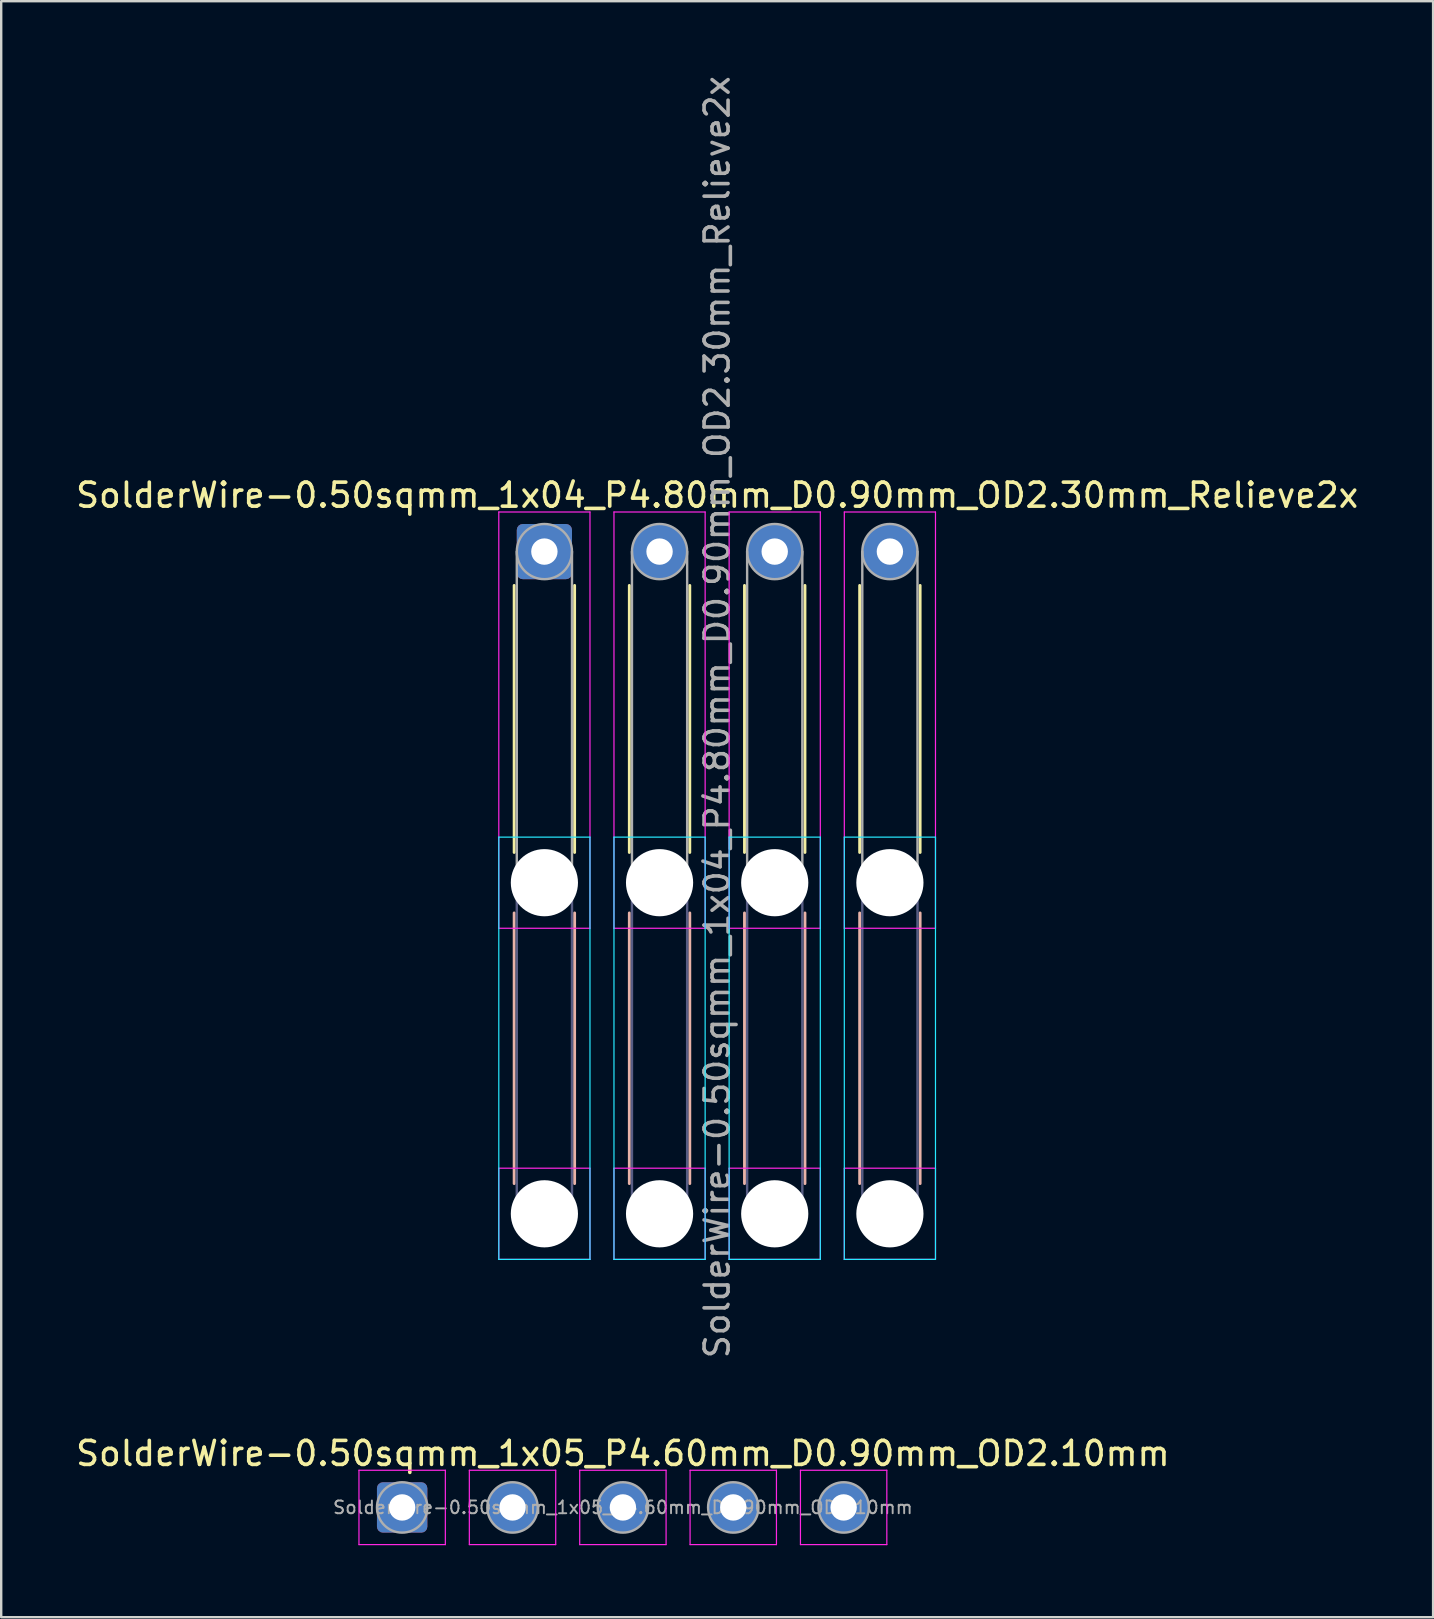
<source format=kicad_pcb>
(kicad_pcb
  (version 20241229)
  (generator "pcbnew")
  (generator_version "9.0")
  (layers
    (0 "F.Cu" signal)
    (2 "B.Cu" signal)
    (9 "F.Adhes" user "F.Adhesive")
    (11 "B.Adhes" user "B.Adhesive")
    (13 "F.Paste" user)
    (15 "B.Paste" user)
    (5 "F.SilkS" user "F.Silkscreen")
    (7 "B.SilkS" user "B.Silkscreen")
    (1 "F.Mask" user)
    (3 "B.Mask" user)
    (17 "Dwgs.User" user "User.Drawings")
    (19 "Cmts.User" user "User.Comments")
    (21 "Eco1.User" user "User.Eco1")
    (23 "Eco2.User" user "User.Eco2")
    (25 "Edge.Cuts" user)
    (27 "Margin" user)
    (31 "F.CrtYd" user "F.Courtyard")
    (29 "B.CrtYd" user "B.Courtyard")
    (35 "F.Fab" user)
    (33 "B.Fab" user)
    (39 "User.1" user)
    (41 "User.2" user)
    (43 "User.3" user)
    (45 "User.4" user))
  (footprint "SolderWire-0.50sqmm_1x05_P4.60mm_D0.90mm_OD2.10mm"
    (layer "F.Cu")
    (at 13.711 59.777)
    (property "Reference" "SolderWire-0.50sqmm_1x05_P4.60mm_D0.90mm_OD2.10mm" (at 9.2 -2.25 0) (layer "F.SilkS") (effects (font (size 1 1) (thickness 0.15))))
    (attr exclude_from_pos_files exclude_from_bom)
    (fp_line (start -1.8 -1.55) (end -1.8 1.55) (stroke (width 0.05) (type solid)) (layer "F.CrtYd"))
    (fp_line (start -1.8 1.55) (end 1.8 1.55) (stroke (width 0.05) (type solid)) (layer "F.CrtYd"))
    (fp_line (start 1.8 -1.55) (end -1.8 -1.55) (stroke (width 0.05) (type solid)) (layer "F.CrtYd"))
    (fp_line (start 1.8 1.55) (end 1.8 -1.55) (stroke (width 0.05) (type solid)) (layer "F.CrtYd"))
    (fp_line (start 2.8 -1.55) (end 2.8 1.55) (stroke (width 0.05) (type solid)) (layer "F.CrtYd"))
    (fp_line (start 2.8 1.55) (end 6.4 1.55) (stroke (width 0.05) (type solid)) (layer "F.CrtYd"))
    (fp_line (start 6.4 -1.55) (end 2.8 -1.55) (stroke (width 0.05) (type solid)) (layer "F.CrtYd"))
    (fp_line (start 6.4 1.55) (end 6.4 -1.55) (stroke (width 0.05) (type solid)) (layer "F.CrtYd"))
    (fp_line (start 7.4 -1.55) (end 7.4 1.55) (stroke (width 0.05) (type solid)) (layer "F.CrtYd"))
    (fp_line (start 7.4 1.55) (end 11 1.55) (stroke (width 0.05) (type solid)) (layer "F.CrtYd"))
    (fp_line (start 11 -1.55) (end 7.4 -1.55) (stroke (width 0.05) (type solid)) (layer "F.CrtYd"))
    (fp_line (start 11 1.55) (end 11 -1.55) (stroke (width 0.05) (type solid)) (layer "F.CrtYd"))
    (fp_line (start 12 -1.55) (end 12 1.55) (stroke (width 0.05) (type solid)) (layer "F.CrtYd"))
    (fp_line (start 12 1.55) (end 15.6 1.55) (stroke (width 0.05) (type solid)) (layer "F.CrtYd"))
    (fp_line (start 15.6 -1.55) (end 12 -1.55) (stroke (width 0.05) (type solid)) (layer "F.CrtYd"))
    (fp_line (start 15.6 1.55) (end 15.6 -1.55) (stroke (width 0.05) (type solid)) (layer "F.CrtYd"))
    (fp_line (start 16.6 -1.55) (end 16.6 1.55) (stroke (width 0.05) (type solid)) (layer "F.CrtYd"))
    (fp_line (start 16.6 1.55) (end 20.2 1.55) (stroke (width 0.05) (type solid)) (layer "F.CrtYd"))
    (fp_line (start 20.2 -1.55) (end 16.6 -1.55) (stroke (width 0.05) (type solid)) (layer "F.CrtYd"))
    (fp_line (start 20.2 1.55) (end 20.2 -1.55) (stroke (width 0.05) (type solid)) (layer "F.CrtYd"))
    (fp_circle (center 0 0) (end 1.05 0) (stroke (width 0.1) (type solid)) (fill no) (layer "F.Fab"))
    (fp_circle (center 4.6 0) (end 5.65 0) (stroke (width 0.1) (type solid)) (fill no) (layer "F.Fab"))
    (fp_circle (center 9.2 0) (end 10.25 0) (stroke (width 0.1) (type solid)) (fill no) (layer "F.Fab"))
    (fp_circle (center 13.8 0) (end 14.85 0) (stroke (width 0.1) (type solid)) (fill no) (layer "F.Fab"))
    (fp_circle (center 18.4 0) (end 19.45 0) (stroke (width 0.1) (type solid)) (fill no) (layer "F.Fab"))
    (fp_text user "${REFERENCE}" (at 9.2 0 0) (layer "F.Fab") (effects (font (size 0.53 0.53) (thickness 0.08))))
    (pad "1" thru_hole roundrect (at 0 0) (size 2.1 2.1) (drill 1.1) (layers "*.Cu" "*.Mask") (roundrect_rratio 0.119))
    (pad "2" thru_hole circle (at 4.6 0) (size 2.1 2.1) (drill 1.1) (layers "*.Cu" "*.Mask"))
    (pad "3" thru_hole circle (at 9.2 0) (size 2.1 2.1) (drill 1.1) (layers "*.Cu" "*.Mask"))
    (pad "4" thru_hole circle (at 13.8 0) (size 2.1 2.1) (drill 1.1) (layers "*.Cu" "*.Mask"))
    (pad "5" thru_hole circle (at 18.4 0) (size 2.1 2.1) (drill 1.1) (layers "*.Cu" "*.Mask")))
  (footprint "SolderWire-0.50sqmm_1x04_P4.80mm_D0.90mm_OD2.30mm_Relieve2x"
    (layer "F.Cu")
    (at 19.639 19.939)
    (property "Reference" "SolderWire-0.50sqmm_1x04_P4.80mm_D0.90mm_OD2.30mm_Relieve2x" (at 7.2 -2.35 0) (layer "F.SilkS") (effects (font (size 1 1) (thickness 0.15))))
    (attr exclude_from_pos_files exclude_from_bom)
    (fp_line (start -1.26 1.41) (end -1.26 12.54) (stroke (width 0.12) (type solid)) (layer "F.SilkS"))
    (fp_line (start 1.26 1.41) (end 1.26 12.54) (stroke (width 0.12) (type solid)) (layer "F.SilkS"))
    (fp_line (start 3.54 1.41) (end 3.54 12.54) (stroke (width 0.12) (type solid)) (layer "F.SilkS"))
    (fp_line (start 6.06 1.41) (end 6.06 12.54) (stroke (width 0.12) (type solid)) (layer "F.SilkS"))
    (fp_line (start 8.34 1.41) (end 8.34 12.54) (stroke (width 0.12) (type solid)) (layer "F.SilkS"))
    (fp_line (start 10.86 1.41) (end 10.86 12.54) (stroke (width 0.12) (type solid)) (layer "F.SilkS"))
    (fp_line (start 13.14 1.41) (end 13.14 12.54) (stroke (width 0.12) (type solid)) (layer "F.SilkS"))
    (fp_line (start 15.66 1.41) (end 15.66 12.54) (stroke (width 0.12) (type solid)) (layer "F.SilkS"))
    (fp_line (start -1.26 15.06) (end -1.26 26.34) (stroke (width 0.12) (type solid)) (layer "B.SilkS"))
    (fp_line (start 1.26 15.06) (end 1.26 26.34) (stroke (width 0.12) (type solid)) (layer "B.SilkS"))
    (fp_line (start 3.54 15.06) (end 3.54 26.34) (stroke (width 0.12) (type solid)) (layer "B.SilkS"))
    (fp_line (start 6.06 15.06) (end 6.06 26.34) (stroke (width 0.12) (type solid)) (layer "B.SilkS"))
    (fp_line (start 8.34 15.06) (end 8.34 26.34) (stroke (width 0.12) (type solid)) (layer "B.SilkS"))
    (fp_line (start 10.86 15.06) (end 10.86 26.34) (stroke (width 0.12) (type solid)) (layer "B.SilkS"))
    (fp_line (start 13.14 15.06) (end 13.14 26.34) (stroke (width 0.12) (type solid)) (layer "B.SilkS"))
    (fp_line (start 15.66 15.06) (end 15.66 26.34) (stroke (width 0.12) (type solid)) (layer "B.SilkS"))
    (fp_line (start -1.9 11.9) (end -1.9 29.5) (stroke (width 0.05) (type solid)) (layer "B.CrtYd"))
    (fp_line (start -1.9 29.5) (end 1.9 29.5) (stroke (width 0.05) (type solid)) (layer "B.CrtYd"))
    (fp_line (start 1.9 11.9) (end -1.9 11.9) (stroke (width 0.05) (type solid)) (layer "B.CrtYd"))
    (fp_line (start 1.9 29.5) (end 1.9 11.9) (stroke (width 0.05) (type solid)) (layer "B.CrtYd"))
    (fp_line (start 2.9 11.9) (end 2.9 29.5) (stroke (width 0.05) (type solid)) (layer "B.CrtYd"))
    (fp_line (start 2.9 29.5) (end 6.7 29.5) (stroke (width 0.05) (type solid)) (layer "B.CrtYd"))
    (fp_line (start 6.7 11.9) (end 2.9 11.9) (stroke (width 0.05) (type solid)) (layer "B.CrtYd"))
    (fp_line (start 6.7 29.5) (end 6.7 11.9) (stroke (width 0.05) (type solid)) (layer "B.CrtYd"))
    (fp_line (start 7.7 11.9) (end 7.7 29.5) (stroke (width 0.05) (type solid)) (layer "B.CrtYd"))
    (fp_line (start 7.7 29.5) (end 11.5 29.5) (stroke (width 0.05) (type solid)) (layer "B.CrtYd"))
    (fp_line (start 11.5 11.9) (end 7.7 11.9) (stroke (width 0.05) (type solid)) (layer "B.CrtYd"))
    (fp_line (start 11.5 29.5) (end 11.5 11.9) (stroke (width 0.05) (type solid)) (layer "B.CrtYd"))
    (fp_line (start 12.5 11.9) (end 12.5 29.5) (stroke (width 0.05) (type solid)) (layer "B.CrtYd"))
    (fp_line (start 12.5 29.5) (end 16.3 29.5) (stroke (width 0.05) (type solid)) (layer "B.CrtYd"))
    (fp_line (start 16.3 11.9) (end 12.5 11.9) (stroke (width 0.05) (type solid)) (layer "B.CrtYd"))
    (fp_line (start 16.3 29.5) (end 16.3 11.9) (stroke (width 0.05) (type solid)) (layer "B.CrtYd"))
    (fp_line (start -1.9 -1.65) (end -1.9 15.7) (stroke (width 0.05) (type solid)) (layer "F.CrtYd"))
    (fp_line (start -1.9 15.7) (end 1.9 15.7) (stroke (width 0.05) (type solid)) (layer "F.CrtYd"))
    (fp_line (start -1.9 25.7) (end -1.9 29.5) (stroke (width 0.05) (type solid)) (layer "F.CrtYd"))
    (fp_line (start -1.9 29.5) (end 1.9 29.5) (stroke (width 0.05) (type solid)) (layer "F.CrtYd"))
    (fp_line (start 1.9 -1.65) (end -1.9 -1.65) (stroke (width 0.05) (type solid)) (layer "F.CrtYd"))
    (fp_line (start 1.9 15.7) (end 1.9 -1.65) (stroke (width 0.05) (type solid)) (layer "F.CrtYd"))
    (fp_line (start 1.9 25.7) (end -1.9 25.7) (stroke (width 0.05) (type solid)) (layer "F.CrtYd"))
    (fp_line (start 1.9 29.5) (end 1.9 25.7) (stroke (width 0.05) (type solid)) (layer "F.CrtYd"))
    (fp_line (start 2.9 -1.65) (end 2.9 15.7) (stroke (width 0.05) (type solid)) (layer "F.CrtYd"))
    (fp_line (start 2.9 15.7) (end 6.7 15.7) (stroke (width 0.05) (type solid)) (layer "F.CrtYd"))
    (fp_line (start 2.9 25.7) (end 2.9 29.5) (stroke (width 0.05) (type solid)) (layer "F.CrtYd"))
    (fp_line (start 2.9 29.5) (end 6.7 29.5) (stroke (width 0.05) (type solid)) (layer "F.CrtYd"))
    (fp_line (start 6.7 -1.65) (end 2.9 -1.65) (stroke (width 0.05) (type solid)) (layer "F.CrtYd"))
    (fp_line (start 6.7 15.7) (end 6.7 -1.65) (stroke (width 0.05) (type solid)) (layer "F.CrtYd"))
    (fp_line (start 6.7 25.7) (end 2.9 25.7) (stroke (width 0.05) (type solid)) (layer "F.CrtYd"))
    (fp_line (start 6.7 29.5) (end 6.7 25.7) (stroke (width 0.05) (type solid)) (layer "F.CrtYd"))
    (fp_line (start 7.7 -1.65) (end 7.7 15.7) (stroke (width 0.05) (type solid)) (layer "F.CrtYd"))
    (fp_line (start 7.7 15.7) (end 11.5 15.7) (stroke (width 0.05) (type solid)) (layer "F.CrtYd"))
    (fp_line (start 7.7 25.7) (end 7.7 29.5) (stroke (width 0.05) (type solid)) (layer "F.CrtYd"))
    (fp_line (start 7.7 29.5) (end 11.5 29.5) (stroke (width 0.05) (type solid)) (layer "F.CrtYd"))
    (fp_line (start 11.5 -1.65) (end 7.7 -1.65) (stroke (width 0.05) (type solid)) (layer "F.CrtYd"))
    (fp_line (start 11.5 15.7) (end 11.5 -1.65) (stroke (width 0.05) (type solid)) (layer "F.CrtYd"))
    (fp_line (start 11.5 25.7) (end 7.7 25.7) (stroke (width 0.05) (type solid)) (layer "F.CrtYd"))
    (fp_line (start 11.5 29.5) (end 11.5 25.7) (stroke (width 0.05) (type solid)) (layer "F.CrtYd"))
    (fp_line (start 12.5 -1.65) (end 12.5 15.7) (stroke (width 0.05) (type solid)) (layer "F.CrtYd"))
    (fp_line (start 12.5 15.7) (end 16.3 15.7) (stroke (width 0.05) (type solid)) (layer "F.CrtYd"))
    (fp_line (start 12.5 25.7) (end 12.5 29.5) (stroke (width 0.05) (type solid)) (layer "F.CrtYd"))
    (fp_line (start 12.5 29.5) (end 16.3 29.5) (stroke (width 0.05) (type solid)) (layer "F.CrtYd"))
    (fp_line (start 16.3 -1.65) (end 12.5 -1.65) (stroke (width 0.05) (type solid)) (layer "F.CrtYd"))
    (fp_line (start 16.3 15.7) (end 16.3 -1.65) (stroke (width 0.05) (type solid)) (layer "F.CrtYd"))
    (fp_line (start 16.3 25.7) (end 12.5 25.7) (stroke (width 0.05) (type solid)) (layer "F.CrtYd"))
    (fp_line (start 16.3 29.5) (end 16.3 25.7) (stroke (width 0.05) (type solid)) (layer "F.CrtYd"))
    (fp_line (start -1.15 13.8) (end -1.15 27.6) (stroke (width 0.1) (type solid)) (layer "B.Fab"))
    (fp_line (start 1.15 13.8) (end 1.15 27.6) (stroke (width 0.1) (type solid)) (layer "B.Fab"))
    (fp_line (start 3.65 13.8) (end 3.65 27.6) (stroke (width 0.1) (type solid)) (layer "B.Fab"))
    (fp_line (start 5.95 13.8) (end 5.95 27.6) (stroke (width 0.1) (type solid)) (layer "B.Fab"))
    (fp_line (start 8.45 13.8) (end 8.45 27.6) (stroke (width 0.1) (type solid)) (layer "B.Fab"))
    (fp_line (start 10.75 13.8) (end 10.75 27.6) (stroke (width 0.1) (type solid)) (layer "B.Fab"))
    (fp_line (start 13.25 13.8) (end 13.25 27.6) (stroke (width 0.1) (type solid)) (layer "B.Fab"))
    (fp_line (start 15.55 13.8) (end 15.55 27.6) (stroke (width 0.1) (type solid)) (layer "B.Fab"))
    (fp_circle (center 0 13.8) (end 1.15 13.8) (stroke (width 0.1) (type solid)) (fill no) (layer "B.Fab"))
    (fp_circle (center 0 27.6) (end 1.15 27.6) (stroke (width 0.1) (type solid)) (fill no) (layer "B.Fab"))
    (fp_circle (center 4.8 13.8) (end 5.95 13.8) (stroke (width 0.1) (type solid)) (fill no) (layer "B.Fab"))
    (fp_circle (center 4.8 27.6) (end 5.95 27.6) (stroke (width 0.1) (type solid)) (fill no) (layer "B.Fab"))
    (fp_circle (center 9.6 13.8) (end 10.75 13.8) (stroke (width 0.1) (type solid)) (fill no) (layer "B.Fab"))
    (fp_circle (center 9.6 27.6) (end 10.75 27.6) (stroke (width 0.1) (type solid)) (fill no) (layer "B.Fab"))
    (fp_circle (center 14.4 13.8) (end 15.55 13.8) (stroke (width 0.1) (type solid)) (fill no) (layer "B.Fab"))
    (fp_circle (center 14.4 27.6) (end 15.55 27.6) (stroke (width 0.1) (type solid)) (fill no) (layer "B.Fab"))
    (fp_line (start -1.15 0) (end -1.15 13.8) (stroke (width 0.1) (type solid)) (layer "F.Fab"))
    (fp_line (start 1.15 0) (end 1.15 13.8) (stroke (width 0.1) (type solid)) (layer "F.Fab"))
    (fp_line (start 3.65 0) (end 3.65 13.8) (stroke (width 0.1) (type solid)) (layer "F.Fab"))
    (fp_line (start 5.95 0) (end 5.95 13.8) (stroke (width 0.1) (type solid)) (layer "F.Fab"))
    (fp_line (start 8.45 0) (end 8.45 13.8) (stroke (width 0.1) (type solid)) (layer "F.Fab"))
    (fp_line (start 10.75 0) (end 10.75 13.8) (stroke (width 0.1) (type solid)) (layer "F.Fab"))
    (fp_line (start 13.25 0) (end 13.25 13.8) (stroke (width 0.1) (type solid)) (layer "F.Fab"))
    (fp_line (start 15.55 0) (end 15.55 13.8) (stroke (width 0.1) (type solid)) (layer "F.Fab"))
    (fp_circle (center 0 0) (end 1.15 0) (stroke (width 0.1) (type solid)) (fill no) (layer "F.Fab"))
    (fp_circle (center 0 13.8) (end 1.15 13.8) (stroke (width 0.1) (type solid)) (fill no) (layer "F.Fab"))
    (fp_circle (center 0 27.6) (end 1.15 27.6) (stroke (width 0.1) (type solid)) (fill no) (layer "F.Fab"))
    (fp_circle (center 4.8 0) (end 5.95 0) (stroke (width 0.1) (type solid)) (fill no) (layer "F.Fab"))
    (fp_circle (center 4.8 13.8) (end 5.95 13.8) (stroke (width 0.1) (type solid)) (fill no) (layer "F.Fab"))
    (fp_circle (center 4.8 27.6) (end 5.95 27.6) (stroke (width 0.1) (type solid)) (fill no) (layer "F.Fab"))
    (fp_circle (center 9.6 0) (end 10.75 0) (stroke (width 0.1) (type solid)) (fill no) (layer "F.Fab"))
    (fp_circle (center 9.6 13.8) (end 10.75 13.8) (stroke (width 0.1) (type solid)) (fill no) (layer "F.Fab"))
    (fp_circle (center 9.6 27.6) (end 10.75 27.6) (stroke (width 0.1) (type solid)) (fill no) (layer "F.Fab"))
    (fp_circle (center 14.4 0) (end 15.55 0) (stroke (width 0.1) (type solid)) (fill no) (layer "F.Fab"))
    (fp_circle (center 14.4 13.8) (end 15.55 13.8) (stroke (width 0.1) (type solid)) (fill no) (layer "F.Fab"))
    (fp_circle (center 14.4 27.6) (end 15.55 27.6) (stroke (width 0.1) (type solid)) (fill no) (layer "F.Fab"))
    (fp_text user "${REFERENCE}" (at 7.2 6.9 90) (layer "F.Fab") (effects (font (size 1 1) (thickness 0.15))))
    (pad "" np_thru_hole circle (at 0 13.8) (size 2.8 2.8) (drill 2.8) (layers "*.Cu" "*.Mask"))
    (pad "" np_thru_hole circle (at 0 27.6) (size 2.8 2.8) (drill 2.8) (layers "*.Cu" "*.Mask"))
    (pad "" np_thru_hole circle (at 4.8 13.8) (size 2.8 2.8) (drill 2.8) (layers "*.Cu" "*.Mask"))
    (pad "" np_thru_hole circle (at 4.8 27.6) (size 2.8 2.8) (drill 2.8) (layers "*.Cu" "*.Mask"))
    (pad "" np_thru_hole circle (at 9.6 13.8) (size 2.8 2.8) (drill 2.8) (layers "*.Cu" "*.Mask"))
    (pad "" np_thru_hole circle (at 9.6 27.6) (size 2.8 2.8) (drill 2.8) (layers "*.Cu" "*.Mask"))
    (pad "" np_thru_hole circle (at 14.4 13.8) (size 2.8 2.8) (drill 2.8) (layers "*.Cu" "*.Mask"))
    (pad "" np_thru_hole circle (at 14.4 27.6) (size 2.8 2.8) (drill 2.8) (layers "*.Cu" "*.Mask"))
    (pad "1" thru_hole roundrect (at 0 0) (size 2.3 2.3) (drill 1.1) (layers "*.Cu" "*.Mask") (roundrect_rratio 0.109))
    (pad "2" thru_hole circle (at 4.8 0) (size 2.3 2.3) (drill 1.1) (layers "*.Cu" "*.Mask"))
    (pad "3" thru_hole circle (at 9.6 0) (size 2.3 2.3) (drill 1.1) (layers "*.Cu" "*.Mask"))
    (pad "4" thru_hole circle (at 14.4 0) (size 2.3 2.3) (drill 1.1) (layers "*.Cu" "*.Mask")))
  (gr_rect
    (start -3 -3)
    (end 56.679 64.352)
    (stroke (width 0.1) (type default))
    (fill no)
    (layer "Edge.Cuts")))
</source>
